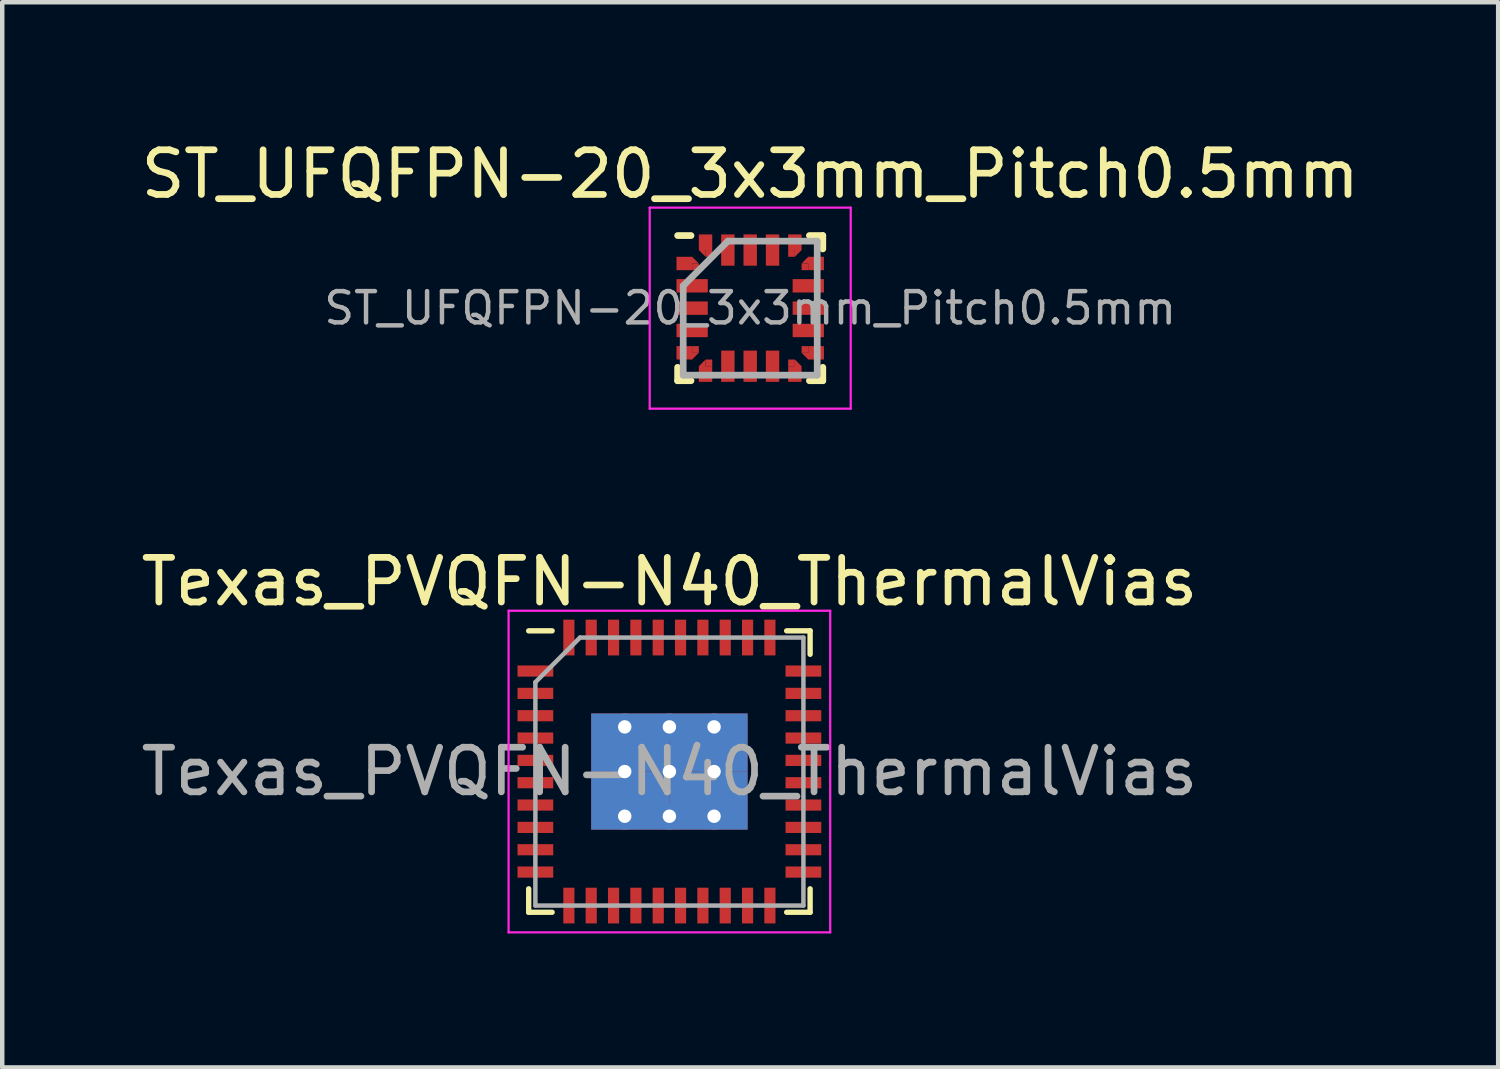
<source format=kicad_pcb>
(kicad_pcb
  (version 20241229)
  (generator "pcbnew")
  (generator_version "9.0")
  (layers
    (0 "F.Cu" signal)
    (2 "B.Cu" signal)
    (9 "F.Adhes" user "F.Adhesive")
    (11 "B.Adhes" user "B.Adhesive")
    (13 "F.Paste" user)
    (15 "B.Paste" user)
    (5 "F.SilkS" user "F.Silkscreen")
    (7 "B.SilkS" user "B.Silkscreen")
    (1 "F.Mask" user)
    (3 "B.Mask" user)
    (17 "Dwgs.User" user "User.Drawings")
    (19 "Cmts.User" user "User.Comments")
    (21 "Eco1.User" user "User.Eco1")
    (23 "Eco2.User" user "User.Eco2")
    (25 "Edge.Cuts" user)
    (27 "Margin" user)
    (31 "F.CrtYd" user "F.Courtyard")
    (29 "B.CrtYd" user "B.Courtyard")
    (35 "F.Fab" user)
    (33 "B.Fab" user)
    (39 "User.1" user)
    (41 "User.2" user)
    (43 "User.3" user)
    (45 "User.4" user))
  (footprint "ST_UFQFPN-20_3x3mm_Pitch0.5mm"
    (layer "F.Cu")
    (at 13.744 3.848)
    (property "Reference" "ST_UFQFPN-20_3x3mm_Pitch0.5mm" (at 0 -3 0) (layer "F.SilkS") (effects (font (size 1 1) (thickness 0.15))))
    (attr smd)
    (fp_line (start -1.625 -1.625) (end -1.325 -1.625) (stroke (width 0.15) (type solid)) (layer "F.SilkS"))
    (fp_line (start -1.625 1.625) (end -1.625 1.325) (stroke (width 0.15) (type solid)) (layer "F.SilkS"))
    (fp_line (start -1.625 1.625) (end -1.325 1.625) (stroke (width 0.15) (type solid)) (layer "F.SilkS"))
    (fp_line (start 1.625 -1.625) (end 1.325 -1.625) (stroke (width 0.15) (type solid)) (layer "F.SilkS"))
    (fp_line (start 1.625 -1.625) (end 1.625 -1.325) (stroke (width 0.15) (type solid)) (layer "F.SilkS"))
    (fp_line (start 1.625 1.625) (end 1.325 1.625) (stroke (width 0.15) (type solid)) (layer "F.SilkS"))
    (fp_line (start 1.625 1.625) (end 1.625 1.325) (stroke (width 0.15) (type solid)) (layer "F.SilkS"))
    (fp_line (start -2.25 -2.25) (end 2.25 -2.25) (stroke (width 0.05) (type solid)) (layer "F.CrtYd"))
    (fp_line (start -2.25 2.25) (end -2.25 -2.25) (stroke (width 0.05) (type solid)) (layer "F.CrtYd"))
    (fp_line (start 2.25 -2.25) (end 2.25 2.25) (stroke (width 0.05) (type solid)) (layer "F.CrtYd"))
    (fp_line (start 2.25 2.25) (end -2.25 2.25) (stroke (width 0.05) (type solid)) (layer "F.CrtYd"))
    (fp_line (start -1.5 -0.5) (end -0.5 -1.5) (stroke (width 0.15) (type solid)) (layer "F.Fab"))
    (fp_line (start -1.5 1.5) (end -1.5 -0.5) (stroke (width 0.15) (type solid)) (layer "F.Fab"))
    (fp_line (start -0.5 -1.5) (end 1.5 -1.5) (stroke (width 0.15) (type solid)) (layer "F.Fab"))
    (fp_line (start 1.5 -1.5) (end 1.5 1.5) (stroke (width 0.15) (type solid)) (layer "F.Fab"))
    (fp_line (start 1.5 1.5) (end -1.5 1.5) (stroke (width 0.15) (type solid)) (layer "F.Fab"))
    (fp_text user "${REFERENCE}" (at 0 0 0) (layer "F.Fab") (effects (font (size 0.7 0.7) (thickness 0.1))))
    (pad "1" smd rect (at -1.475 -1) (size 0.35 0.3) (layers "F.Cu" "F.Mask" "F.Paste"))
    (pad "1" smd trapezoid (at -1.3 -1.075) (size 0.15 0.15) (rect_delta 0 0.149) (layers "F.Cu" "F.Mask" "F.Paste"))
    (pad "1" smd rect (at -1.225 -0.925) (size 0.15 0.15) (layers "F.Cu" "F.Mask" "F.Paste"))
    (pad "2" smd rect (at -1.3 -0.5) (size 0.7 0.3) (layers "F.Cu" "F.Mask" "F.Paste"))
    (pad "3" smd rect (at -1.3 0) (size 0.7 0.3) (layers "F.Cu" "F.Mask" "F.Paste"))
    (pad "4" smd rect (at -1.3 0.5) (size 0.7 0.3) (layers "F.Cu" "F.Mask" "F.Paste"))
    (pad "5" smd rect (at -1.475 1) (size 0.35 0.3) (layers "F.Cu" "F.Mask" "F.Paste"))
    (pad "5" smd trapezoid (at -1.3 1.075 180) (size 0.15 0.15) (rect_delta 0 0.149) (layers "F.Cu" "F.Mask" "F.Paste"))
    (pad "5" smd rect (at -1.225 0.925) (size 0.15 0.15) (layers "F.Cu" "F.Mask" "F.Paste"))
    (pad "6" smd trapezoid (at -1.075 1.3 90) (size 0.15 0.15) (rect_delta 0 0.149) (layers "F.Cu" "F.Mask" "F.Paste"))
    (pad "6" smd rect (at -1 1.475) (size 0.3 0.35) (layers "F.Cu" "F.Mask" "F.Paste"))
    (pad "6" smd rect (at -0.925 1.225) (size 0.15 0.15) (layers "F.Cu" "F.Mask" "F.Paste"))
    (pad "7" smd rect (at -0.5 1.3) (size 0.3 0.7) (layers "F.Cu" "F.Mask" "F.Paste"))
    (pad "8" smd rect (at 0 1.3) (size 0.3 0.7) (layers "F.Cu" "F.Mask" "F.Paste"))
    (pad "9" smd rect (at 0.5 1.3) (size 0.3 0.7) (layers "F.Cu" "F.Mask" "F.Paste"))
    (pad "10" smd rect (at 0.925 1.225) (size 0.15 0.15) (layers "F.Cu" "F.Mask" "F.Paste"))
    (pad "10" smd rect (at 1 1.475) (size 0.3 0.35) (layers "F.Cu" "F.Mask" "F.Paste"))
    (pad "10" smd trapezoid (at 1.075 1.3 270) (size 0.15 0.15) (rect_delta 0 0.149) (layers "F.Cu" "F.Mask" "F.Paste"))
    (pad "11" smd rect (at 1.225 0.925) (size 0.15 0.15) (layers "F.Cu" "F.Mask" "F.Paste"))
    (pad "11" smd trapezoid (at 1.3 1.075 180) (size 0.15 0.15) (rect_delta 0 0.149) (layers "F.Cu" "F.Mask" "F.Paste"))
    (pad "11" smd rect (at 1.475 1) (size 0.35 0.3) (layers "F.Cu" "F.Mask" "F.Paste"))
    (pad "12" smd rect (at 1.3 0.5) (size 0.7 0.3) (layers "F.Cu" "F.Mask" "F.Paste"))
    (pad "13" smd rect (at 1.3 0) (size 0.7 0.3) (layers "F.Cu" "F.Mask" "F.Paste"))
    (pad "14" smd rect (at 1.3 -0.5) (size 0.7 0.3) (layers "F.Cu" "F.Mask" "F.Paste"))
    (pad "15" smd rect (at 1.225 -0.925) (size 0.15 0.15) (layers "F.Cu" "F.Mask" "F.Paste"))
    (pad "15" smd trapezoid (at 1.3 -1.075) (size 0.15 0.15) (rect_delta 0 0.149) (layers "F.Cu" "F.Mask" "F.Paste"))
    (pad "15" smd rect (at 1.475 -1) (size 0.35 0.3) (layers "F.Cu" "F.Mask" "F.Paste"))
    (pad "16" smd rect (at 0.925 -1.225) (size 0.15 0.15) (layers "F.Cu" "F.Mask" "F.Paste"))
    (pad "16" smd rect (at 1 -1.475) (size 0.3 0.35) (layers "F.Cu" "F.Mask" "F.Paste"))
    (pad "16" smd trapezoid (at 1.075 -1.3 270) (size 0.15 0.15) (rect_delta 0 0.149) (layers "F.Cu" "F.Mask" "F.Paste"))
    (pad "17" smd rect (at 0.5 -1.3) (size 0.3 0.7) (layers "F.Cu" "F.Mask" "F.Paste"))
    (pad "18" smd rect (at 0 -1.3) (size 0.3 0.7) (layers "F.Cu" "F.Mask" "F.Paste"))
    (pad "19" smd rect (at -0.5 -1.3) (size 0.3 0.7) (layers "F.Cu" "F.Mask" "F.Paste"))
    (pad "20" smd trapezoid (at -1.075 -1.3 90) (size 0.15 0.15) (rect_delta 0 0.149) (layers "F.Cu" "F.Mask" "F.Paste"))
    (pad "20" smd rect (at -1 -1.475) (size 0.3 0.35) (layers "F.Cu" "F.Mask" "F.Paste"))
    (pad "20" smd rect (at -0.925 -1.225) (size 0.15 0.15) (layers "F.Cu" "F.Mask" "F.Paste")))
  (footprint "Texas_PVQFN-N40_ThermalVias"
    (layer "F.Cu")
    (at 11.935 14.222)
    (property "Reference" "Texas_PVQFN-N40_ThermalVias" (at 0 -4.25 0) (layer "F.SilkS") (effects (font (size 1 1) (thickness 0.15))))
    (attr smd)
    (fp_line (start -3.15 -3.15) (end -2.625 -3.15) (stroke (width 0.12) (type solid)) (layer "F.SilkS"))
    (fp_line (start -3.15 3.15) (end -3.15 2.625) (stroke (width 0.12) (type solid)) (layer "F.SilkS"))
    (fp_line (start -3.15 3.15) (end -2.625 3.15) (stroke (width 0.12) (type solid)) (layer "F.SilkS"))
    (fp_line (start 3.15 -3.15) (end 2.625 -3.15) (stroke (width 0.12) (type solid)) (layer "F.SilkS"))
    (fp_line (start 3.15 -3.15) (end 3.15 -2.625) (stroke (width 0.12) (type solid)) (layer "F.SilkS"))
    (fp_line (start 3.15 3.15) (end 2.625 3.15) (stroke (width 0.12) (type solid)) (layer "F.SilkS"))
    (fp_line (start 3.15 3.15) (end 3.15 2.625) (stroke (width 0.12) (type solid)) (layer "F.SilkS"))
    (fp_line (start -3.6 -3.6) (end -3.6 3.6) (stroke (width 0.05) (type solid)) (layer "F.CrtYd"))
    (fp_line (start -3.6 -3.6) (end 3.6 -3.6) (stroke (width 0.05) (type solid)) (layer "F.CrtYd"))
    (fp_line (start -3.6 3.6) (end 3.6 3.6) (stroke (width 0.05) (type solid)) (layer "F.CrtYd"))
    (fp_line (start 3.6 -3.6) (end 3.6 3.6) (stroke (width 0.05) (type solid)) (layer "F.CrtYd"))
    (fp_line (start -3 3) (end -3 -2) (stroke (width 0.1) (type solid)) (layer "F.Fab"))
    (fp_line (start -2 -3) (end -3 -2) (stroke (width 0.1) (type solid)) (layer "F.Fab"))
    (fp_line (start -2 -3) (end 3 -3) (stroke (width 0.1) (type solid)) (layer "F.Fab"))
    (fp_line (start 3 -3) (end 3 3) (stroke (width 0.1) (type solid)) (layer "F.Fab"))
    (fp_line (start 3 3) (end -3 3) (stroke (width 0.1) (type solid)) (layer "F.Fab"))
    (fp_text user "${REFERENCE}" (at 0 0 0) (layer "F.Fab") (effects (font (size 1 1) (thickness 0.15))))
    (pad "1" smd rect (at -3 -2.25) (size 0.8 0.25) (layers "F.Cu" "F.Mask" "F.Paste"))
    (pad "2" smd rect (at -3 -1.75) (size 0.8 0.25) (layers "F.Cu" "F.Mask" "F.Paste"))
    (pad "3" smd rect (at -3 -1.25) (size 0.8 0.25) (layers "F.Cu" "F.Mask" "F.Paste"))
    (pad "4" smd rect (at -3 -0.75) (size 0.8 0.25) (layers "F.Cu" "F.Mask" "F.Paste"))
    (pad "5" smd rect (at -3 -0.25) (size 0.8 0.25) (layers "F.Cu" "F.Mask" "F.Paste"))
    (pad "6" smd rect (at -3 0.25) (size 0.8 0.25) (layers "F.Cu" "F.Mask" "F.Paste"))
    (pad "7" smd rect (at -3 0.75) (size 0.8 0.25) (layers "F.Cu" "F.Mask" "F.Paste"))
    (pad "8" smd rect (at -3 1.25) (size 0.8 0.25) (layers "F.Cu" "F.Mask" "F.Paste"))
    (pad "9" smd rect (at -3 1.75) (size 0.8 0.25) (layers "F.Cu" "F.Mask" "F.Paste"))
    (pad "10" smd rect (at -3 2.25) (size 0.8 0.25) (layers "F.Cu" "F.Mask" "F.Paste"))
    (pad "11" smd rect (at -2.25 3 90) (size 0.8 0.25) (layers "F.Cu" "F.Mask" "F.Paste"))
    (pad "12" smd rect (at -1.75 3 90) (size 0.8 0.25) (layers "F.Cu" "F.Mask" "F.Paste"))
    (pad "13" smd rect (at -1.25 3 90) (size 0.8 0.25) (layers "F.Cu" "F.Mask" "F.Paste"))
    (pad "14" smd rect (at -0.75 3 90) (size 0.8 0.25) (layers "F.Cu" "F.Mask" "F.Paste"))
    (pad "15" smd rect (at -0.25 3 90) (size 0.8 0.25) (layers "F.Cu" "F.Mask" "F.Paste"))
    (pad "16" smd rect (at 0.25 3 90) (size 0.8 0.25) (layers "F.Cu" "F.Mask" "F.Paste"))
    (pad "17" smd rect (at 0.75 3 90) (size 0.8 0.25) (layers "F.Cu" "F.Mask" "F.Paste"))
    (pad "18" smd rect (at 1.25 3 90) (size 0.8 0.25) (layers "F.Cu" "F.Mask" "F.Paste"))
    (pad "19" smd rect (at 1.75 3 90) (size 0.8 0.25) (layers "F.Cu" "F.Mask" "F.Paste"))
    (pad "20" smd rect (at 2.25 3 90) (size 0.8 0.25) (layers "F.Cu" "F.Mask" "F.Paste"))
    (pad "21" smd rect (at 3 2.25) (size 0.8 0.25) (layers "F.Cu" "F.Mask" "F.Paste"))
    (pad "22" smd rect (at 3 1.75) (size 0.8 0.25) (layers "F.Cu" "F.Mask" "F.Paste"))
    (pad "23" smd rect (at 3 1.25) (size 0.8 0.25) (layers "F.Cu" "F.Mask" "F.Paste"))
    (pad "24" smd rect (at 3 0.75) (size 0.8 0.25) (layers "F.Cu" "F.Mask" "F.Paste"))
    (pad "25" smd rect (at 3 0.25) (size 0.8 0.25) (layers "F.Cu" "F.Mask" "F.Paste"))
    (pad "26" smd rect (at 3 -0.25) (size 0.8 0.25) (layers "F.Cu" "F.Mask" "F.Paste"))
    (pad "27" smd rect (at 3 -0.75) (size 0.8 0.25) (layers "F.Cu" "F.Mask" "F.Paste"))
    (pad "28" smd rect (at 3 -1.25) (size 0.8 0.25) (layers "F.Cu" "F.Mask" "F.Paste"))
    (pad "29" smd rect (at 3 -1.75) (size 0.8 0.25) (layers "F.Cu" "F.Mask" "F.Paste"))
    (pad "30" smd rect (at 3 -2.25) (size 0.8 0.25) (layers "F.Cu" "F.Mask" "F.Paste"))
    (pad "31" smd rect (at 2.25 -3 90) (size 0.8 0.25) (layers "F.Cu" "F.Mask" "F.Paste"))
    (pad "32" smd rect (at 1.75 -3 90) (size 0.8 0.25) (layers "F.Cu" "F.Mask" "F.Paste"))
    (pad "33" smd rect (at 1.25 -3 90) (size 0.8 0.25) (layers "F.Cu" "F.Mask" "F.Paste"))
    (pad "34" smd rect (at 0.75 -3 90) (size 0.8 0.25) (layers "F.Cu" "F.Mask" "F.Paste"))
    (pad "35" smd rect (at 0.25 -3 90) (size 0.8 0.25) (layers "F.Cu" "F.Mask" "F.Paste"))
    (pad "36" smd rect (at -0.25 -3 90) (size 0.8 0.25) (layers "F.Cu" "F.Mask" "F.Paste"))
    (pad "37" smd rect (at -0.75 -3 90) (size 0.8 0.25) (layers "F.Cu" "F.Mask" "F.Paste"))
    (pad "38" smd rect (at -1.25 -3 90) (size 0.8 0.25) (layers "F.Cu" "F.Mask" "F.Paste"))
    (pad "39" smd rect (at -1.75 -3 90) (size 0.8 0.25) (layers "F.Cu" "F.Mask" "F.Paste"))
    (pad "40" smd rect (at -2.25 -3 90) (size 0.8 0.25) (layers "F.Cu" "F.Mask" "F.Paste"))
    (pad "41" thru_hole circle (at -1 -1) (size 0.6 0.6) (drill 0.3) (layers "*.Cu" "*.Mask"))
    (pad "41" thru_hole circle (at -1 0) (size 0.6 0.6) (drill 0.3) (layers "*.Cu" "*.Mask"))
    (pad "41" thru_hole circle (at -1 1) (size 0.6 0.6) (drill 0.3) (layers "*.Cu" "*.Mask"))
    (pad "41" smd rect (at -0.875 -0.65 90) (size 1.3 1.75) (layers "F.Cu" "F.Mask" "F.Paste"))
    (pad "41" smd rect (at -0.875 -0.65 90) (size 1.3 1.75) (layers "B.Cu" "B.Mask"))
    (pad "41" smd rect (at -0.875 0.65 90) (size 1.3 1.75) (layers "F.Cu" "F.Mask" "F.Paste"))
    (pad "41" smd rect (at -0.875 0.65 90) (size 1.3 1.75) (layers "B.Cu" "B.Mask"))
    (pad "41" thru_hole circle (at 0 -1) (size 0.6 0.6) (drill 0.3) (layers "*.Cu" "*.Mask"))
    (pad "41" thru_hole circle (at 0 0) (size 0.6 0.6) (drill 0.3) (layers "*.Cu" "*.Mask"))
    (pad "41" thru_hole circle (at 0 1) (size 0.6 0.6) (drill 0.3) (layers "*.Cu" "*.Mask"))
    (pad "41" smd rect (at 0.875 -0.65 90) (size 1.3 1.75) (layers "F.Cu" "F.Mask" "F.Paste"))
    (pad "41" smd rect (at 0.875 -0.65 90) (size 1.3 1.75) (layers "B.Cu" "B.Mask"))
    (pad "41" smd rect (at 0.875 0.65 90) (size 1.3 1.75) (layers "F.Cu" "F.Mask" "F.Paste"))
    (pad "41" smd rect (at 0.875 0.65 90) (size 1.3 1.75) (layers "B.Cu" "B.Mask"))
    (pad "41" thru_hole circle (at 1 -1) (size 0.6 0.6) (drill 0.3) (layers "*.Cu" "*.Mask"))
    (pad "41" thru_hole circle (at 1 0) (size 0.6 0.6) (drill 0.3) (layers "*.Cu" "*.Mask"))
    (pad "41" thru_hole circle (at 1 1) (size 0.6 0.6) (drill 0.3) (layers "*.Cu" "*.Mask")))
  (gr_rect
    (start -3 -3)
    (end 30.488 20.846)
    (stroke (width 0.1) (type default))
    (fill no)
    (layer "Edge.Cuts")))
</source>
